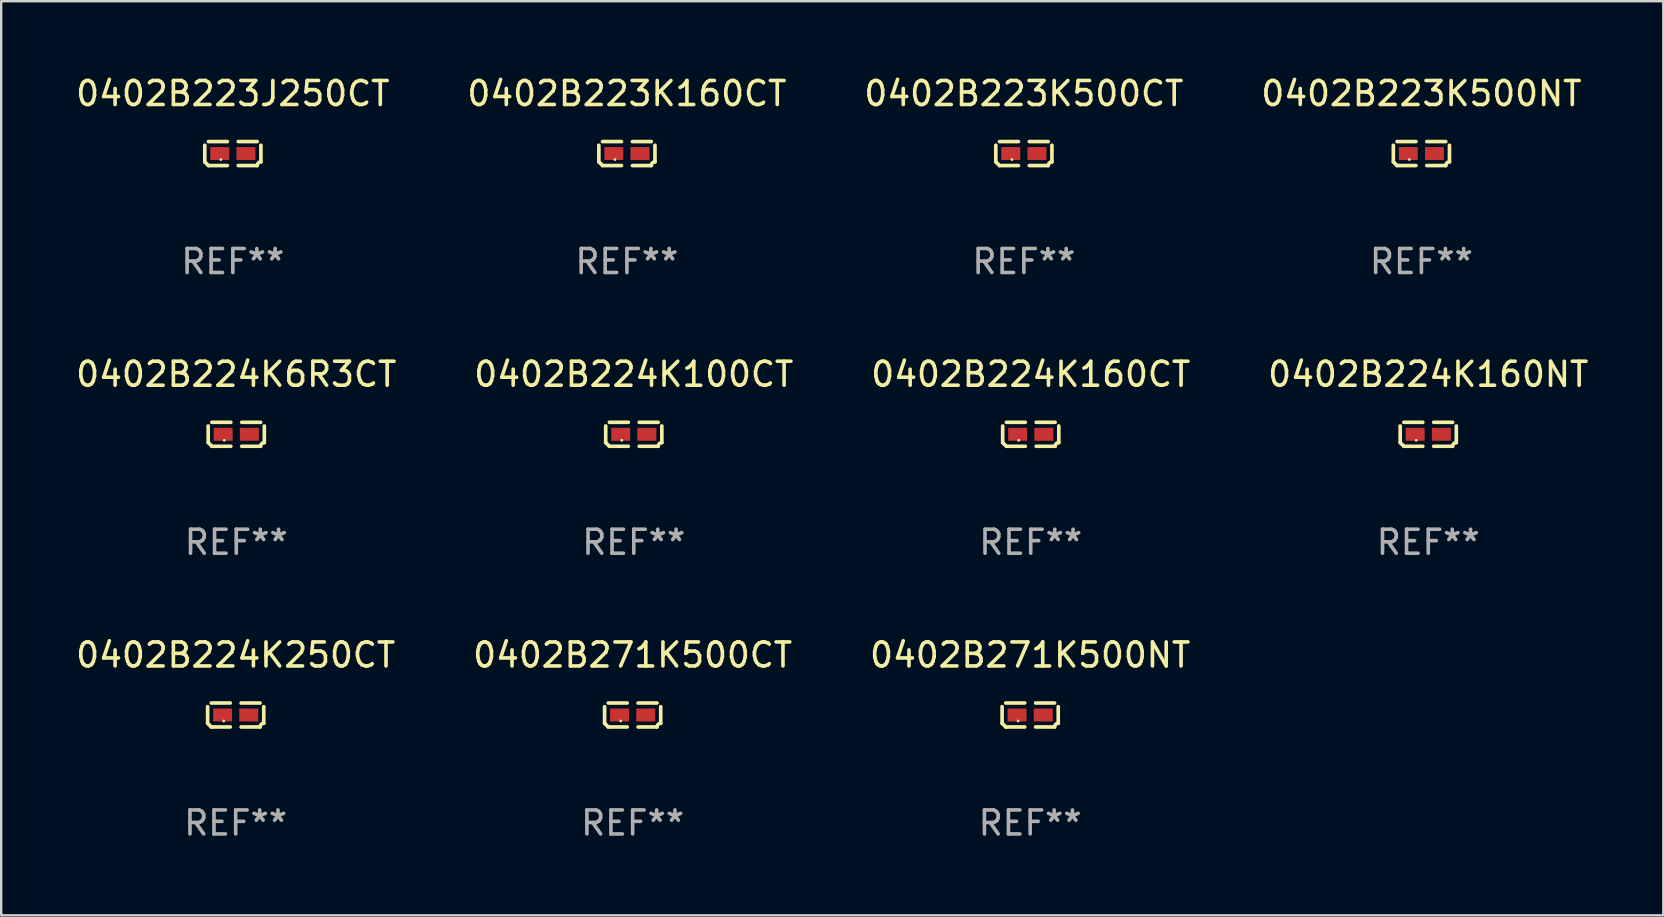
<source format=kicad_pcb>
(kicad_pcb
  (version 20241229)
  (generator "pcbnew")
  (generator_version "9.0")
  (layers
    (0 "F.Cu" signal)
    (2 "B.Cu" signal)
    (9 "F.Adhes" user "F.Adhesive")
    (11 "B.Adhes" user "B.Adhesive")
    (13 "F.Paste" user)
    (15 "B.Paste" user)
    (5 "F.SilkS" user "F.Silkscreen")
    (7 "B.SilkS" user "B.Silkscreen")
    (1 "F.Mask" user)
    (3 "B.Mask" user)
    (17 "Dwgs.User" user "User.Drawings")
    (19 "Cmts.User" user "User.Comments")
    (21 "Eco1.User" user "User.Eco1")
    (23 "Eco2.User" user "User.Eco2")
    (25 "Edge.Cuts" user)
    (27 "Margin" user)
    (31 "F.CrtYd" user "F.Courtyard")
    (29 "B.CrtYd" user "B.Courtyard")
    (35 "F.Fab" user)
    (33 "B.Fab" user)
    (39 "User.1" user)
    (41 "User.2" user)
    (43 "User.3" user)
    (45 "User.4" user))
  (footprint "0402B224K6R3CT"
    (layer "F.Cu")
    (at 6.792 15.041)
    (property "Reference" "0402B224K6R3CT" (at 0 -2.499 0) (layer "F.SilkS") (effects (font (size 1 1) (thickness 0.15))))
    (attr through_hole)
    (fp_line (start -1.169 0.346) (end -1.169 -0.346) (stroke (width 0.152) (type solid)) (layer "F.SilkS"))
    (fp_line (start -1.016 -0.499) (end -0.226 -0.499) (stroke (width 0.152) (type solid)) (layer "F.SilkS"))
    (fp_line (start -0.226 0.499) (end -1.016 0.499) (stroke (width 0.152) (type solid)) (layer "F.SilkS"))
    (fp_line (start 0.226 0.499) (end 1.016 0.499) (stroke (width 0.152) (type solid)) (layer "F.SilkS"))
    (fp_line (start 1.016 -0.499) (end 0.226 -0.499) (stroke (width 0.152) (type solid)) (layer "F.SilkS"))
    (fp_line (start 1.169 0.346) (end 1.169 -0.346) (stroke (width 0.152) (type solid)) (layer "F.SilkS"))
    (fp_arc (start -1.016307 0.498603) (mid -1.092512 0.422405) (end -1.16871 0.3462) (stroke (width 0.1524) (type solid)) (layer "F.SilkS"))
    (fp_arc (start 1.016307 0.498603) (mid 1.060899 0.390758) (end 1.168707 0.346076) (stroke (width 0.1524) (type solid)) (layer "F.SilkS"))
    (fp_circle (center -0.5 0.25) (end -0.47 0.25) (stroke (width 0.06) (type solid)) (fill no) (layer "F.SilkS"))
    (fp_text user "REF**" (at 0 4.499 0) (layer "F.Fab") (effects (font (size 1 1) (thickness 0.15))))
    (pad "1" smd rect (at -0.545 0) (size 0.79 0.54) (layers "F.Cu" "F.Mask" "F.Paste"))
    (pad "2" smd rect (at 0.545 0) (size 0.79 0.54) (layers "F.Cu" "F.Mask" "F.Paste")))
  (footprint "0402B224K100CT"
    (layer "F.Cu")
    (at 23.351 15.041)
    (property "Reference" "0402B224K100CT" (at 0 -2.499 0) (layer "F.SilkS") (effects (font (size 1 1) (thickness 0.15))))
    (attr through_hole)
    (fp_line (start -1.169 0.346) (end -1.169 -0.346) (stroke (width 0.152) (type solid)) (layer "F.SilkS"))
    (fp_line (start -1.016 -0.499) (end -0.226 -0.499) (stroke (width 0.152) (type solid)) (layer "F.SilkS"))
    (fp_line (start -0.226 0.499) (end -1.016 0.499) (stroke (width 0.152) (type solid)) (layer "F.SilkS"))
    (fp_line (start 0.226 0.499) (end 1.016 0.499) (stroke (width 0.152) (type solid)) (layer "F.SilkS"))
    (fp_line (start 1.016 -0.499) (end 0.226 -0.499) (stroke (width 0.152) (type solid)) (layer "F.SilkS"))
    (fp_line (start 1.169 0.346) (end 1.169 -0.346) (stroke (width 0.152) (type solid)) (layer "F.SilkS"))
    (fp_arc (start -1.016307 0.498603) (mid -1.092512 0.422405) (end -1.16871 0.3462) (stroke (width 0.1524) (type solid)) (layer "F.SilkS"))
    (fp_arc (start 1.016307 0.498603) (mid 1.060899 0.390758) (end 1.168707 0.346076) (stroke (width 0.1524) (type solid)) (layer "F.SilkS"))
    (fp_circle (center -0.5 0.25) (end -0.47 0.25) (stroke (width 0.06) (type solid)) (fill no) (layer "F.SilkS"))
    (fp_text user "REF**" (at 0 4.499 0) (layer "F.Fab") (effects (font (size 1 1) (thickness 0.15))))
    (pad "1" smd rect (at -0.545 0) (size 0.79 0.54) (layers "F.Cu" "F.Mask" "F.Paste"))
    (pad "2" smd rect (at 0.545 0) (size 0.79 0.54) (layers "F.Cu" "F.Mask" "F.Paste")))
  (footprint "0402B223K160CT"
    (layer "F.Cu")
    (at 23.065 3.347)
    (property "Reference" "0402B223K160CT" (at 0 -2.499 0) (layer "F.SilkS") (effects (font (size 1 1) (thickness 0.15))))
    (attr through_hole)
    (fp_line (start -1.169 0.346) (end -1.169 -0.346) (stroke (width 0.152) (type solid)) (layer "F.SilkS"))
    (fp_line (start -1.016 -0.499) (end -0.226 -0.499) (stroke (width 0.152) (type solid)) (layer "F.SilkS"))
    (fp_line (start -0.226 0.499) (end -1.016 0.499) (stroke (width 0.152) (type solid)) (layer "F.SilkS"))
    (fp_line (start 0.226 0.499) (end 1.016 0.499) (stroke (width 0.152) (type solid)) (layer "F.SilkS"))
    (fp_line (start 1.016 -0.499) (end 0.226 -0.499) (stroke (width 0.152) (type solid)) (layer "F.SilkS"))
    (fp_line (start 1.169 0.346) (end 1.169 -0.346) (stroke (width 0.152) (type solid)) (layer "F.SilkS"))
    (fp_arc (start -1.016307 0.498603) (mid -1.092512 0.422405) (end -1.16871 0.3462) (stroke (width 0.1524) (type solid)) (layer "F.SilkS"))
    (fp_arc (start 1.016307 0.498603) (mid 1.060899 0.390758) (end 1.168707 0.346076) (stroke (width 0.1524) (type solid)) (layer "F.SilkS"))
    (fp_circle (center -0.5 0.25) (end -0.47 0.25) (stroke (width 0.06) (type solid)) (fill no) (layer "F.SilkS"))
    (fp_text user "REF**" (at 0 4.499 0) (layer "F.Fab") (effects (font (size 1 1) (thickness 0.15))))
    (pad "1" smd rect (at -0.545 0) (size 0.79 0.54) (layers "F.Cu" "F.Mask" "F.Paste"))
    (pad "2" smd rect (at 0.545 0) (size 0.79 0.54) (layers "F.Cu" "F.Mask" "F.Paste")))
  (footprint "0402B223K500CT"
    (layer "F.Cu")
    (at 39.601 3.347)
    (property "Reference" "0402B223K500CT" (at 0 -2.499 0) (layer "F.SilkS") (effects (font (size 1 1) (thickness 0.15))))
    (attr through_hole)
    (fp_line (start -1.169 0.346) (end -1.169 -0.346) (stroke (width 0.152) (type solid)) (layer "F.SilkS"))
    (fp_line (start -1.016 -0.499) (end -0.226 -0.499) (stroke (width 0.152) (type solid)) (layer "F.SilkS"))
    (fp_line (start -0.226 0.499) (end -1.016 0.499) (stroke (width 0.152) (type solid)) (layer "F.SilkS"))
    (fp_line (start 0.226 0.499) (end 1.016 0.499) (stroke (width 0.152) (type solid)) (layer "F.SilkS"))
    (fp_line (start 1.016 -0.499) (end 0.226 -0.499) (stroke (width 0.152) (type solid)) (layer "F.SilkS"))
    (fp_line (start 1.169 0.346) (end 1.169 -0.346) (stroke (width 0.152) (type solid)) (layer "F.SilkS"))
    (fp_arc (start -1.016307 0.498603) (mid -1.092512 0.422405) (end -1.16871 0.3462) (stroke (width 0.1524) (type solid)) (layer "F.SilkS"))
    (fp_arc (start 1.016307 0.498603) (mid 1.060899 0.390758) (end 1.168707 0.346076) (stroke (width 0.1524) (type solid)) (layer "F.SilkS"))
    (fp_circle (center -0.5 0.25) (end -0.47 0.25) (stroke (width 0.06) (type solid)) (fill no) (layer "F.SilkS"))
    (fp_text user "REF**" (at 0 4.499 0) (layer "F.Fab") (effects (font (size 1 1) (thickness 0.15))))
    (pad "1" smd rect (at -0.545 0) (size 0.79 0.54) (layers "F.Cu" "F.Mask" "F.Paste"))
    (pad "2" smd rect (at 0.545 0) (size 0.79 0.54) (layers "F.Cu" "F.Mask" "F.Paste")))
  (footprint "0402B224K160NT"
    (layer "F.Cu")
    (at 56.446 15.041)
    (property "Reference" "0402B224K160NT" (at 0 -2.499 0) (layer "F.SilkS") (effects (font (size 1 1) (thickness 0.15))))
    (attr through_hole)
    (fp_line (start -1.169 0.346) (end -1.169 -0.346) (stroke (width 0.152) (type solid)) (layer "F.SilkS"))
    (fp_line (start -1.016 -0.499) (end -0.226 -0.499) (stroke (width 0.152) (type solid)) (layer "F.SilkS"))
    (fp_line (start -0.226 0.499) (end -1.016 0.499) (stroke (width 0.152) (type solid)) (layer "F.SilkS"))
    (fp_line (start 0.226 0.499) (end 1.016 0.499) (stroke (width 0.152) (type solid)) (layer "F.SilkS"))
    (fp_line (start 1.016 -0.499) (end 0.226 -0.499) (stroke (width 0.152) (type solid)) (layer "F.SilkS"))
    (fp_line (start 1.169 0.346) (end 1.169 -0.346) (stroke (width 0.152) (type solid)) (layer "F.SilkS"))
    (fp_arc (start -1.016307 0.498603) (mid -1.092512 0.422405) (end -1.16871 0.3462) (stroke (width 0.1524) (type solid)) (layer "F.SilkS"))
    (fp_arc (start 1.016307 0.498603) (mid 1.060899 0.390758) (end 1.168707 0.346076) (stroke (width 0.1524) (type solid)) (layer "F.SilkS"))
    (fp_circle (center -0.5 0.25) (end -0.47 0.25) (stroke (width 0.06) (type solid)) (fill no) (layer "F.SilkS"))
    (fp_text user "REF**" (at 0 4.499 0) (layer "F.Fab") (effects (font (size 1 1) (thickness 0.15))))
    (pad "1" smd rect (at -0.545 0) (size 0.79 0.54) (layers "F.Cu" "F.Mask" "F.Paste"))
    (pad "2" smd rect (at 0.545 0) (size 0.79 0.54) (layers "F.Cu" "F.Mask" "F.Paste")))
  (footprint "0402B271K500CT"
    (layer "F.Cu")
    (at 23.304 26.734)
    (property "Reference" "0402B271K500CT" (at 0 -2.499 0) (layer "F.SilkS") (effects (font (size 1 1) (thickness 0.15))))
    (attr through_hole)
    (fp_line (start -1.169 0.346) (end -1.169 -0.346) (stroke (width 0.152) (type solid)) (layer "F.SilkS"))
    (fp_line (start -1.016 -0.499) (end -0.226 -0.499) (stroke (width 0.152) (type solid)) (layer "F.SilkS"))
    (fp_line (start -0.226 0.499) (end -1.016 0.499) (stroke (width 0.152) (type solid)) (layer "F.SilkS"))
    (fp_line (start 0.226 0.499) (end 1.016 0.499) (stroke (width 0.152) (type solid)) (layer "F.SilkS"))
    (fp_line (start 1.016 -0.499) (end 0.226 -0.499) (stroke (width 0.152) (type solid)) (layer "F.SilkS"))
    (fp_line (start 1.169 0.346) (end 1.169 -0.346) (stroke (width 0.152) (type solid)) (layer "F.SilkS"))
    (fp_arc (start -1.016307 0.498603) (mid -1.092512 0.422405) (end -1.16871 0.3462) (stroke (width 0.1524) (type solid)) (layer "F.SilkS"))
    (fp_arc (start 1.016307 0.498603) (mid 1.060899 0.390758) (end 1.168707 0.346076) (stroke (width 0.1524) (type solid)) (layer "F.SilkS"))
    (fp_circle (center -0.5 0.25) (end -0.47 0.25) (stroke (width 0.06) (type solid)) (fill no) (layer "F.SilkS"))
    (fp_text user "REF**" (at 0 4.499 0) (layer "F.Fab") (effects (font (size 1 1) (thickness 0.15))))
    (pad "1" smd rect (at -0.545 0) (size 0.79 0.54) (layers "F.Cu" "F.Mask" "F.Paste"))
    (pad "2" smd rect (at 0.545 0) (size 0.79 0.54) (layers "F.Cu" "F.Mask" "F.Paste")))
  (footprint "0402B223K500NT"
    (layer "F.Cu")
    (at 56.161 3.347)
    (property "Reference" "0402B223K500NT" (at 0 -2.499 0) (layer "F.SilkS") (effects (font (size 1 1) (thickness 0.15))))
    (attr through_hole)
    (fp_line (start -1.169 0.346) (end -1.169 -0.346) (stroke (width 0.152) (type solid)) (layer "F.SilkS"))
    (fp_line (start -1.016 -0.499) (end -0.226 -0.499) (stroke (width 0.152) (type solid)) (layer "F.SilkS"))
    (fp_line (start -0.226 0.499) (end -1.016 0.499) (stroke (width 0.152) (type solid)) (layer "F.SilkS"))
    (fp_line (start 0.226 0.499) (end 1.016 0.499) (stroke (width 0.152) (type solid)) (layer "F.SilkS"))
    (fp_line (start 1.016 -0.499) (end 0.226 -0.499) (stroke (width 0.152) (type solid)) (layer "F.SilkS"))
    (fp_line (start 1.169 0.346) (end 1.169 -0.346) (stroke (width 0.152) (type solid)) (layer "F.SilkS"))
    (fp_arc (start -1.016307 0.498603) (mid -1.092512 0.422405) (end -1.16871 0.3462) (stroke (width 0.1524) (type solid)) (layer "F.SilkS"))
    (fp_arc (start 1.016307 0.498603) (mid 1.060899 0.390758) (end 1.168707 0.346076) (stroke (width 0.1524) (type solid)) (layer "F.SilkS"))
    (fp_circle (center -0.5 0.25) (end -0.47 0.25) (stroke (width 0.06) (type solid)) (fill no) (layer "F.SilkS"))
    (fp_text user "REF**" (at 0 4.499 0) (layer "F.Fab") (effects (font (size 1 1) (thickness 0.15))))
    (pad "1" smd rect (at -0.545 0) (size 0.79 0.54) (layers "F.Cu" "F.Mask" "F.Paste"))
    (pad "2" smd rect (at 0.545 0) (size 0.79 0.54) (layers "F.Cu" "F.Mask" "F.Paste")))
  (footprint "0402B271K500NT"
    (layer "F.Cu")
    (at 39.863 26.734)
    (property "Reference" "0402B271K500NT" (at 0 -2.499 0) (layer "F.SilkS") (effects (font (size 1 1) (thickness 0.15))))
    (attr through_hole)
    (fp_line (start -1.169 0.346) (end -1.169 -0.346) (stroke (width 0.152) (type solid)) (layer "F.SilkS"))
    (fp_line (start -1.016 -0.499) (end -0.226 -0.499) (stroke (width 0.152) (type solid)) (layer "F.SilkS"))
    (fp_line (start -0.226 0.499) (end -1.016 0.499) (stroke (width 0.152) (type solid)) (layer "F.SilkS"))
    (fp_line (start 0.226 0.499) (end 1.016 0.499) (stroke (width 0.152) (type solid)) (layer "F.SilkS"))
    (fp_line (start 1.016 -0.499) (end 0.226 -0.499) (stroke (width 0.152) (type solid)) (layer "F.SilkS"))
    (fp_line (start 1.169 0.346) (end 1.169 -0.346) (stroke (width 0.152) (type solid)) (layer "F.SilkS"))
    (fp_arc (start -1.016307 0.498603) (mid -1.092512 0.422405) (end -1.16871 0.3462) (stroke (width 0.1524) (type solid)) (layer "F.SilkS"))
    (fp_arc (start 1.016307 0.498603) (mid 1.060899 0.390758) (end 1.168707 0.346076) (stroke (width 0.1524) (type solid)) (layer "F.SilkS"))
    (fp_circle (center -0.5 0.25) (end -0.47 0.25) (stroke (width 0.06) (type solid)) (fill no) (layer "F.SilkS"))
    (fp_text user "REF**" (at 0 4.499 0) (layer "F.Fab") (effects (font (size 1 1) (thickness 0.15))))
    (pad "1" smd rect (at -0.545 0) (size 0.79 0.54) (layers "F.Cu" "F.Mask" "F.Paste"))
    (pad "2" smd rect (at 0.545 0) (size 0.79 0.54) (layers "F.Cu" "F.Mask" "F.Paste")))
  (footprint "0402B224K250CT"
    (layer "F.Cu")
    (at 6.768 26.734)
    (property "Reference" "0402B224K250CT" (at 0 -2.499 0) (layer "F.SilkS") (effects (font (size 1 1) (thickness 0.15))))
    (attr through_hole)
    (fp_line (start -1.169 0.346) (end -1.169 -0.346) (stroke (width 0.152) (type solid)) (layer "F.SilkS"))
    (fp_line (start -1.016 -0.499) (end -0.226 -0.499) (stroke (width 0.152) (type solid)) (layer "F.SilkS"))
    (fp_line (start -0.226 0.499) (end -1.016 0.499) (stroke (width 0.152) (type solid)) (layer "F.SilkS"))
    (fp_line (start 0.226 0.499) (end 1.016 0.499) (stroke (width 0.152) (type solid)) (layer "F.SilkS"))
    (fp_line (start 1.016 -0.499) (end 0.226 -0.499) (stroke (width 0.152) (type solid)) (layer "F.SilkS"))
    (fp_line (start 1.169 0.346) (end 1.169 -0.346) (stroke (width 0.152) (type solid)) (layer "F.SilkS"))
    (fp_arc (start -1.016307 0.498603) (mid -1.092512 0.422405) (end -1.16871 0.3462) (stroke (width 0.1524) (type solid)) (layer "F.SilkS"))
    (fp_arc (start 1.016307 0.498603) (mid 1.060899 0.390758) (end 1.168707 0.346076) (stroke (width 0.1524) (type solid)) (layer "F.SilkS"))
    (fp_circle (center -0.5 0.25) (end -0.47 0.25) (stroke (width 0.06) (type solid)) (fill no) (layer "F.SilkS"))
    (fp_text user "REF**" (at 0 4.499 0) (layer "F.Fab") (effects (font (size 1 1) (thickness 0.15))))
    (pad "1" smd rect (at -0.545 0) (size 0.79 0.54) (layers "F.Cu" "F.Mask" "F.Paste"))
    (pad "2" smd rect (at 0.545 0) (size 0.79 0.54) (layers "F.Cu" "F.Mask" "F.Paste")))
  (footprint "0402B224K160CT"
    (layer "F.Cu")
    (at 39.887 15.041)
    (property "Reference" "0402B224K160CT" (at 0 -2.499 0) (layer "F.SilkS") (effects (font (size 1 1) (thickness 0.15))))
    (attr through_hole)
    (fp_line (start -1.169 0.346) (end -1.169 -0.346) (stroke (width 0.152) (type solid)) (layer "F.SilkS"))
    (fp_line (start -1.016 -0.499) (end -0.226 -0.499) (stroke (width 0.152) (type solid)) (layer "F.SilkS"))
    (fp_line (start -0.226 0.499) (end -1.016 0.499) (stroke (width 0.152) (type solid)) (layer "F.SilkS"))
    (fp_line (start 0.226 0.499) (end 1.016 0.499) (stroke (width 0.152) (type solid)) (layer "F.SilkS"))
    (fp_line (start 1.016 -0.499) (end 0.226 -0.499) (stroke (width 0.152) (type solid)) (layer "F.SilkS"))
    (fp_line (start 1.169 0.346) (end 1.169 -0.346) (stroke (width 0.152) (type solid)) (layer "F.SilkS"))
    (fp_arc (start -1.016307 0.498603) (mid -1.092512 0.422405) (end -1.16871 0.3462) (stroke (width 0.1524) (type solid)) (layer "F.SilkS"))
    (fp_arc (start 1.016307 0.498603) (mid 1.060899 0.390758) (end 1.168707 0.346076) (stroke (width 0.1524) (type solid)) (layer "F.SilkS"))
    (fp_circle (center -0.5 0.25) (end -0.47 0.25) (stroke (width 0.06) (type solid)) (fill no) (layer "F.SilkS"))
    (fp_text user "REF**" (at 0 4.499 0) (layer "F.Fab") (effects (font (size 1 1) (thickness 0.15))))
    (pad "1" smd rect (at -0.545 0) (size 0.79 0.54) (layers "F.Cu" "F.Mask" "F.Paste"))
    (pad "2" smd rect (at 0.545 0) (size 0.79 0.54) (layers "F.Cu" "F.Mask" "F.Paste")))
  (footprint "0402B223J250CT"
    (layer "F.Cu")
    (at 6.649 3.347)
    (property "Reference" "0402B223J250CT" (at 0 -2.499 0) (layer "F.SilkS") (effects (font (size 1 1) (thickness 0.15))))
    (attr through_hole)
    (fp_line (start -1.169 0.346) (end -1.169 -0.346) (stroke (width 0.152) (type solid)) (layer "F.SilkS"))
    (fp_line (start -1.016 -0.499) (end -0.226 -0.499) (stroke (width 0.152) (type solid)) (layer "F.SilkS"))
    (fp_line (start -0.226 0.499) (end -1.016 0.499) (stroke (width 0.152) (type solid)) (layer "F.SilkS"))
    (fp_line (start 0.226 0.499) (end 1.016 0.499) (stroke (width 0.152) (type solid)) (layer "F.SilkS"))
    (fp_line (start 1.016 -0.499) (end 0.226 -0.499) (stroke (width 0.152) (type solid)) (layer "F.SilkS"))
    (fp_line (start 1.169 0.346) (end 1.169 -0.346) (stroke (width 0.152) (type solid)) (layer "F.SilkS"))
    (fp_arc (start -1.016307 0.498603) (mid -1.092512 0.422405) (end -1.16871 0.3462) (stroke (width 0.1524) (type solid)) (layer "F.SilkS"))
    (fp_arc (start 1.016307 0.498603) (mid 1.060899 0.390758) (end 1.168707 0.346076) (stroke (width 0.1524) (type solid)) (layer "F.SilkS"))
    (fp_circle (center -0.5 0.25) (end -0.47 0.25) (stroke (width 0.06) (type solid)) (fill no) (layer "F.SilkS"))
    (fp_text user "REF**" (at 0 4.499 0) (layer "F.Fab") (effects (font (size 1 1) (thickness 0.15))))
    (pad "1" smd rect (at -0.545 0) (size 0.79 0.54) (layers "F.Cu" "F.Mask" "F.Paste"))
    (pad "2" smd rect (at 0.545 0) (size 0.79 0.54) (layers "F.Cu" "F.Mask" "F.Paste")))
  (gr_rect
    (start -3 -3)
    (end 66.238 35.081)
    (stroke (width 0.1) (type default))
    (fill no)
    (layer "Edge.Cuts")))
</source>
